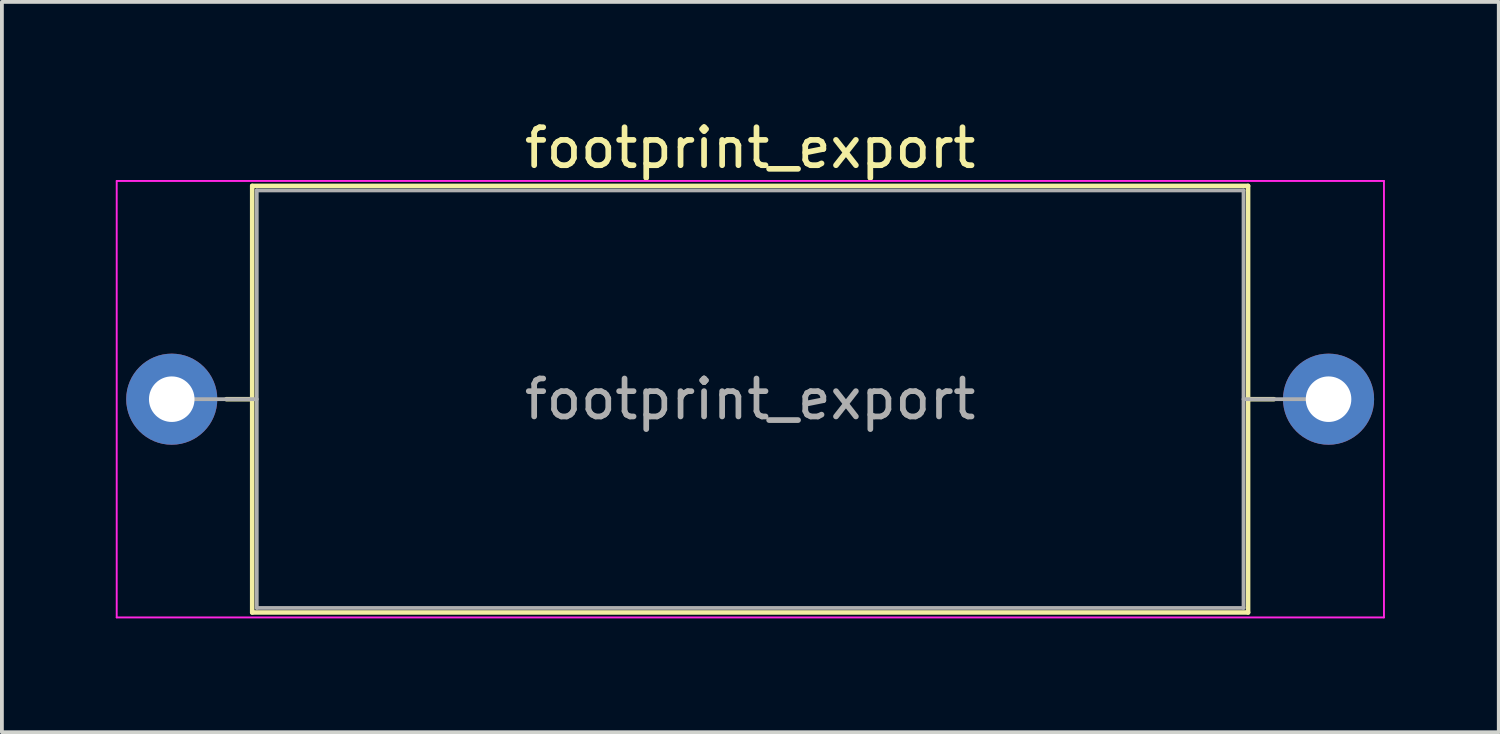
<source format=kicad_pcb>
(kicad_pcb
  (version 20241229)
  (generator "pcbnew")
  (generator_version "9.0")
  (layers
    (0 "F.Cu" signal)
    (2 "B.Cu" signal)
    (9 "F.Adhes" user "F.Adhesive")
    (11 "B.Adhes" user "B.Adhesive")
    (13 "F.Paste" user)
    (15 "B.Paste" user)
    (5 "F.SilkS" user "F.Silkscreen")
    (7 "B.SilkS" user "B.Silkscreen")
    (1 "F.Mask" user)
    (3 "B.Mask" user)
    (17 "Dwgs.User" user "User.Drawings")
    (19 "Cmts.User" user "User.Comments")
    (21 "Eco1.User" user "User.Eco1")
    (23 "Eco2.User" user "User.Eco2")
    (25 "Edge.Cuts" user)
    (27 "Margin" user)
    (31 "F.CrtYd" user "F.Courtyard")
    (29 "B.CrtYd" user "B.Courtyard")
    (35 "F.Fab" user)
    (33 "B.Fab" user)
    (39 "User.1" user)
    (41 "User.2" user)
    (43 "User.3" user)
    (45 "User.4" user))
  (footprint "footprint_export"
    (layer "F.Cu")
    (at 1.475 7.468)
    (property "Reference" "footprint_export" (at 15.24 -6.62 0) (layer "F.SilkS") (effects (font (size 1 1) (thickness 0.15))))
    (attr through_hole)
    (fp_line (start 1.44 0) (end 2.12 0) (stroke (width 0.12) (type solid)) (layer "F.SilkS"))
    (fp_line (start 2.12 -5.62) (end 2.12 5.62) (stroke (width 0.12) (type solid)) (layer "F.SilkS"))
    (fp_line (start 2.12 5.62) (end 28.36 5.62) (stroke (width 0.12) (type solid)) (layer "F.SilkS"))
    (fp_line (start 28.36 -5.62) (end 2.12 -5.62) (stroke (width 0.12) (type solid)) (layer "F.SilkS"))
    (fp_line (start 28.36 5.62) (end 28.36 -5.62) (stroke (width 0.12) (type solid)) (layer "F.SilkS"))
    (fp_line (start 29.04 0) (end 28.36 0) (stroke (width 0.12) (type solid)) (layer "F.SilkS"))
    (fp_line (start -1.45 -5.75) (end -1.45 5.75) (stroke (width 0.05) (type solid)) (layer "F.CrtYd"))
    (fp_line (start -1.45 5.75) (end 31.94 5.75) (stroke (width 0.05) (type solid)) (layer "F.CrtYd"))
    (fp_line (start 31.94 -5.75) (end -1.45 -5.75) (stroke (width 0.05) (type solid)) (layer "F.CrtYd"))
    (fp_line (start 31.94 5.75) (end 31.94 -5.75) (stroke (width 0.05) (type solid)) (layer "F.CrtYd"))
    (fp_line (start 0 0) (end 2.24 0) (stroke (width 0.1) (type solid)) (layer "F.Fab"))
    (fp_line (start 2.24 -5.5) (end 2.24 5.5) (stroke (width 0.1) (type solid)) (layer "F.Fab"))
    (fp_line (start 2.24 5.5) (end 28.24 5.5) (stroke (width 0.1) (type solid)) (layer "F.Fab"))
    (fp_line (start 28.24 -5.5) (end 2.24 -5.5) (stroke (width 0.1) (type solid)) (layer "F.Fab"))
    (fp_line (start 28.24 5.5) (end 28.24 -5.5) (stroke (width 0.1) (type solid)) (layer "F.Fab"))
    (fp_line (start 30.48 0) (end 28.24 0) (stroke (width 0.1) (type solid)) (layer "F.Fab"))
    (fp_text user "${REFERENCE}" (at 15.24 0 0) (layer "F.Fab") (effects (font (size 1 1) (thickness 0.15))))
    (pad "1" thru_hole circle (at 0 0) (size 2.4 2.4) (drill 1.2) (layers "*.Cu" "*.Mask"))
    (pad "2" thru_hole oval (at 30.48 0) (size 2.4 2.4) (drill 1.2) (layers "*.Cu" "*.Mask")))
  (gr_rect
    (start -3 -3)
    (end 36.44 16.243)
    (stroke (width 0.1) (type default))
    (fill no)
    (layer "Edge.Cuts")))
</source>
